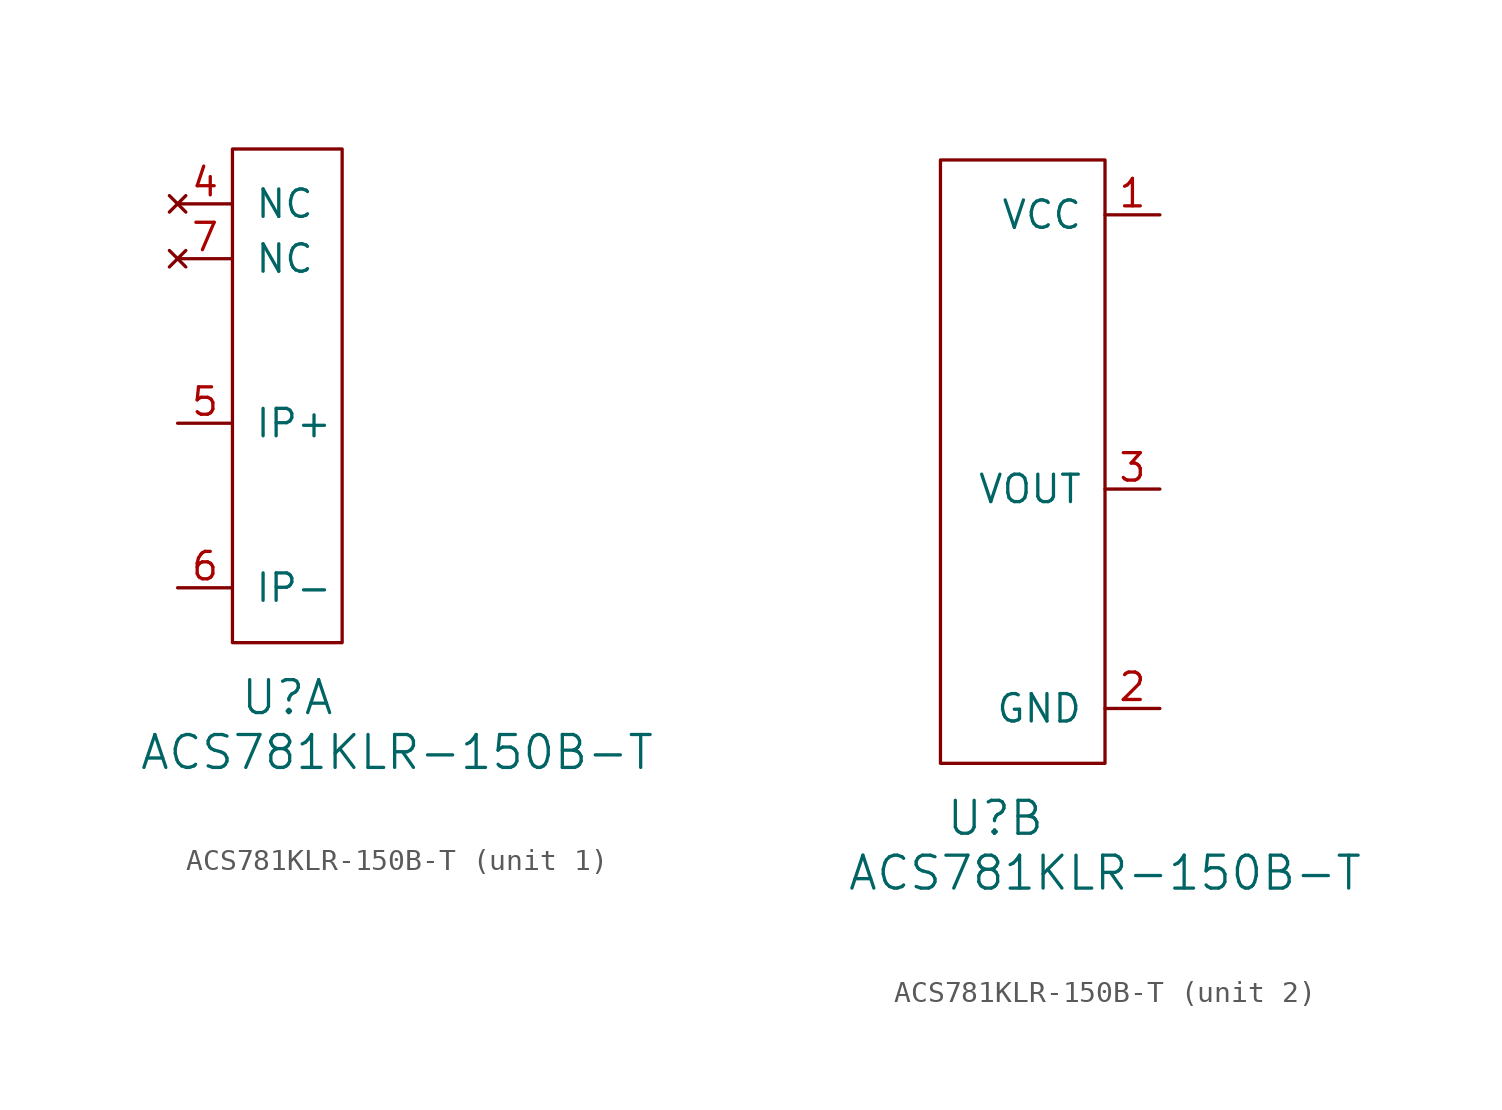
<source format=kicad_sym>
(kicad_symbol_lib
  (version 20220914)
  (generator kicad_symbol_editor)
  (symbol "ACS781KLR-150B-T"
    (pin_names
      (offset 1.016))
    (property "Reference" "U"
      (at 2.54 -2.54 0)
      (effects (font (size 1.524 1.524))))
    (property "Value" "ACS781KLR-150B-T"
      (at 7.62 -5.08 0)
      (effects (font (size 1.524 1.524))))
    (property "ki_locked" ""
      (at 0 0 0)
      (effects (font (size 1.27 1.27))))
    (symbol "ACS781KLR-150B-T_1_1"
      (rectangle (start 0 0) (end 5.08 22.86) (stroke (width 0) (type solid)) (fill (type none)))
      (pin no_connect line (at -2.54 20.32 0) (length 2.54) (name "NC" (effects (font (size 1.27 1.27)))) (number "4" (effects (font (size 1.27 1.27)))))
      (pin passive line (at -2.54 10.16 0) (length 2.54) (name "IP+" (effects (font (size 1.27 1.27)))) (number "5" (effects (font (size 1.27 1.27)))))
      (pin passive line (at -2.54 2.54 0) (length 2.54) (name "IP-" (effects (font (size 1.27 1.27)))) (number "6" (effects (font (size 1.27 1.27)))))
      (pin no_connect line (at -2.54 17.78 0) (length 2.54) (name "NC" (effects (font (size 1.27 1.27)))) (number "7" (effects (font (size 1.27 1.27))))))
    (symbol "ACS781KLR-150B-T_2_1"
      (rectangle (start 0 0) (end 7.62 27.94) (stroke (width 0) (type solid)) (fill (type none)))
      (pin power_in line (at 10.16 25.4 180) (length 2.54) (name "VCC" (effects (font (size 1.27 1.27)))) (number "1" (effects (font (size 1.27 1.27)))))
      (pin power_in line (at 10.16 2.54 180) (length 2.54) (name "GND" (effects (font (size 1.27 1.27)))) (number "2" (effects (font (size 1.27 1.27)))))
      (pin output line (at 10.16 12.7 180) (length 2.54) (name "VOUT" (effects (font (size 1.27 1.27)))) (number "3" (effects (font (size 1.27 1.27))))))))
</source>
